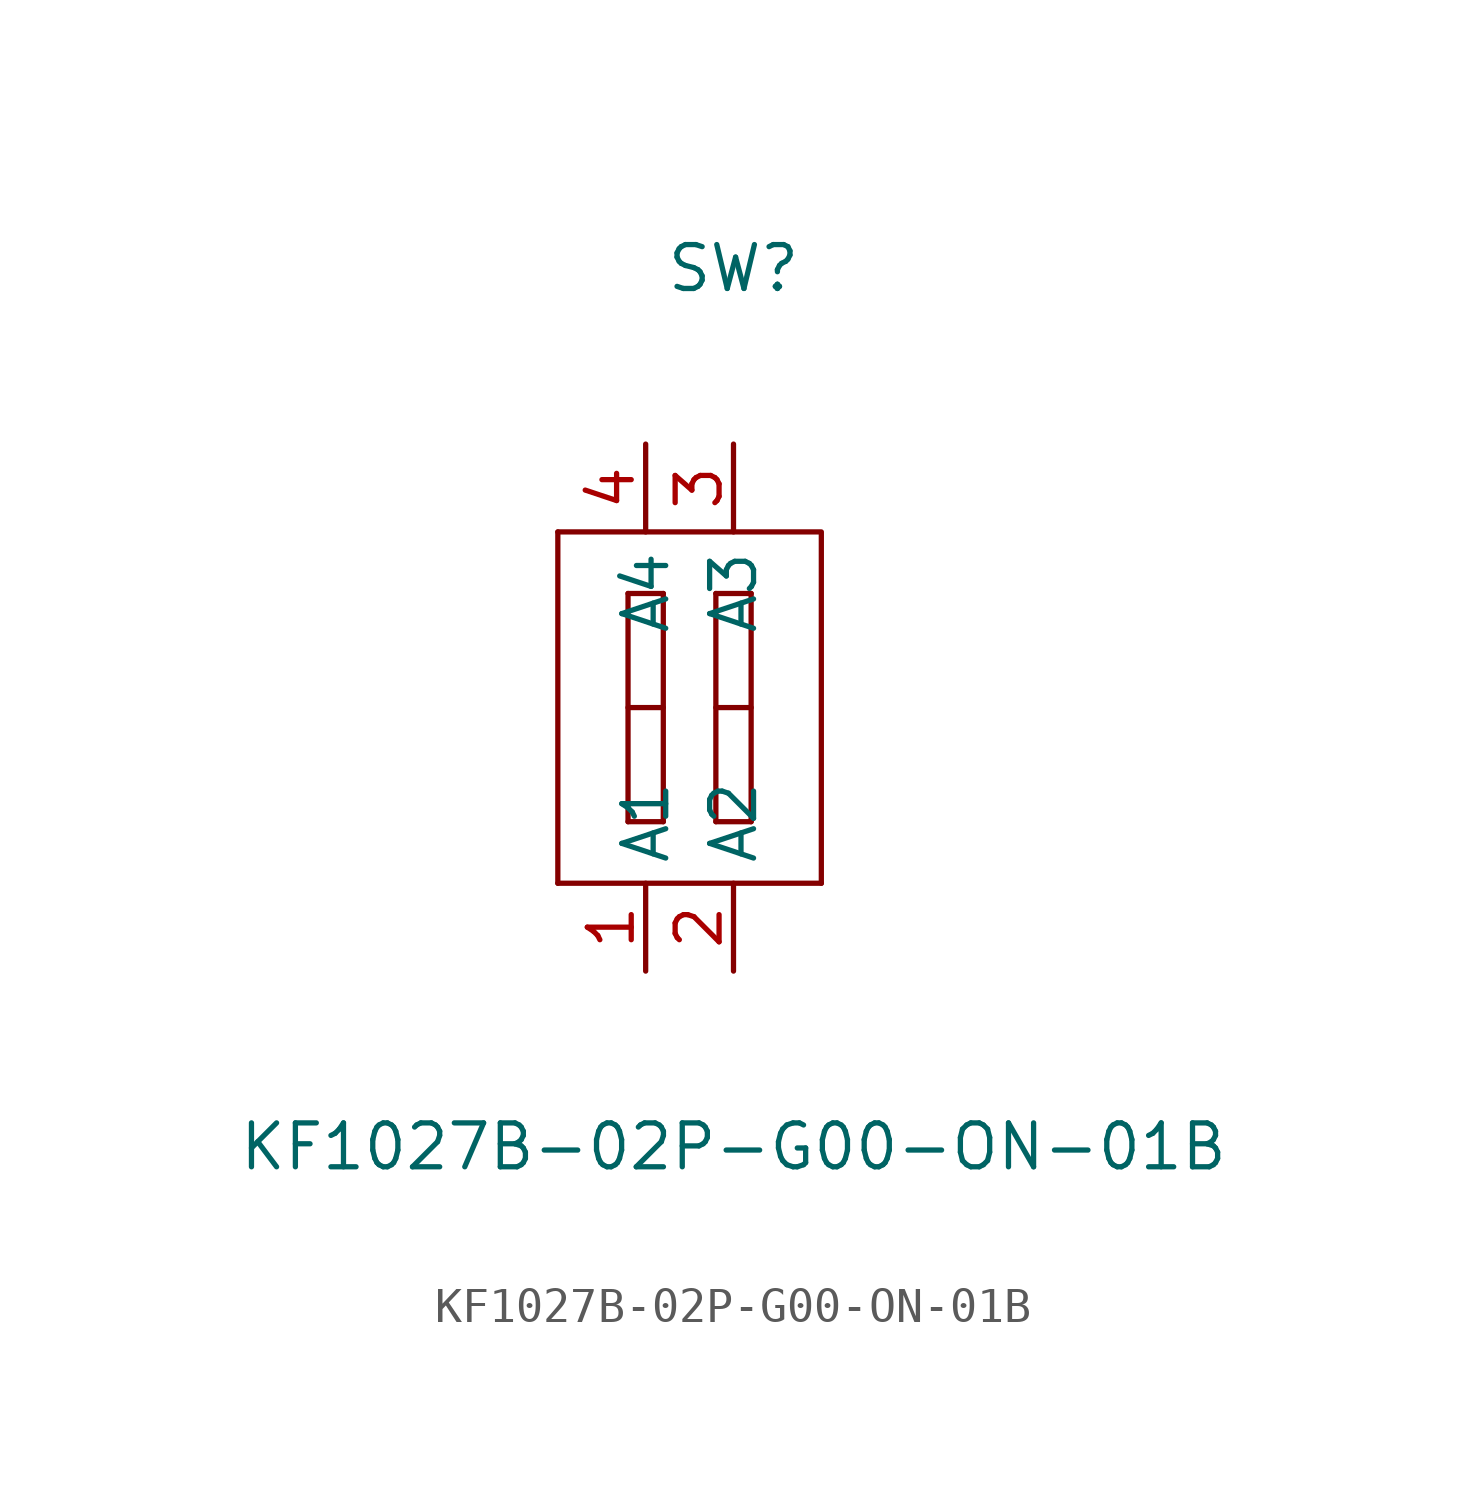
<source format=kicad_sym>
(kicad_symbol_lib
  (version 20211014)
  (generator https://github.com/uPesy/easyeda2kicad.py)
  (symbol "KF1027B-02P-G00-ON-01B"
    (property "Reference" "SW"
      (at 0 12.70 0)
      (effects (font (size 1.27 1.27))))
    (property "Value" "KF1027B-02P-G00-ON-01B"
      (at 0 -12.70 0)
      (effects (font (size 1.27 1.27))))
    (symbol "KF1027B-02P-G00-ON-01B_0_1"
      (polyline (pts (xy -3.05 -3.30) (xy -3.05 3.30)) (stroke (width 0) (type default) (color 0 0 0 0)) (fill (type none)))
      (polyline (pts (xy -3.05 3.30) (xy -2.03 3.30)) (stroke (width 0) (type default) (color 0 0 0 0)) (fill (type none)))
      (polyline (pts (xy -2.03 3.30) (xy -2.03 -3.30)) (stroke (width 0) (type default) (color 0 0 0 0)) (fill (type none)))
      (polyline (pts (xy -2.03 -3.30) (xy -3.05 -3.30)) (stroke (width 0) (type default) (color 0 0 0 0)) (fill (type none)))
      (polyline (pts (xy -3.05 -0.00) (xy -2.03 -0.00)) (stroke (width 0) (type default) (color 0 0 0 0)) (fill (type none)))
      (polyline (pts (xy -0.51 -3.30) (xy -0.51 3.30)) (stroke (width 0) (type default) (color 0 0 0 0)) (fill (type none)))
      (polyline (pts (xy -0.51 3.30) (xy 0.51 3.30)) (stroke (width 0) (type default) (color 0 0 0 0)) (fill (type none)))
      (polyline (pts (xy 0.51 3.30) (xy 0.51 -3.30)) (stroke (width 0) (type default) (color 0 0 0 0)) (fill (type none)))
      (polyline (pts (xy 0.51 -3.30) (xy -0.51 -3.30)) (stroke (width 0) (type default) (color 0 0 0 0)) (fill (type none)))
      (polyline (pts (xy -0.51 -0.00) (xy 0.51 -0.00)) (stroke (width 0) (type default) (color 0 0 0 0)) (fill (type none)))
      (polyline (pts (xy -5.08 -5.08) (xy 2.54 -5.08)) (stroke (width 0) (type default) (color 0 0 0 0)) (fill (type none)))
      (polyline (pts (xy 2.54 -5.08) (xy 2.54 5.08) (xy -5.08 5.08)) (stroke (width 0) (type default) (color 0 0 0 0)) (fill (type none)))
      (polyline (pts (xy -5.08 5.08) (xy -5.08 -5.08)) (stroke (width 0) (type default) (color 0 0 0 0)) (fill (type none)))
      (pin input line (at -2.54 -7.62 90) (length 2.54) (name "A1" (effects (font (size 1.27 1.27)))) (number "1" (effects (font (size 1.27 1.27)))))
      (pin input line (at 0.00 -7.62 90) (length 2.54) (name "A2" (effects (font (size 1.27 1.27)))) (number "2" (effects (font (size 1.27 1.27)))))
      (pin input line (at 0.00 7.62 270) (length 2.54) (name "A3" (effects (font (size 1.27 1.27)))) (number "3" (effects (font (size 1.27 1.27)))))
      (pin input line (at -2.54 7.62 270) (length 2.54) (name "A4" (effects (font (size 1.27 1.27)))) (number "4" (effects (font (size 1.27 1.27))))))))
</source>
